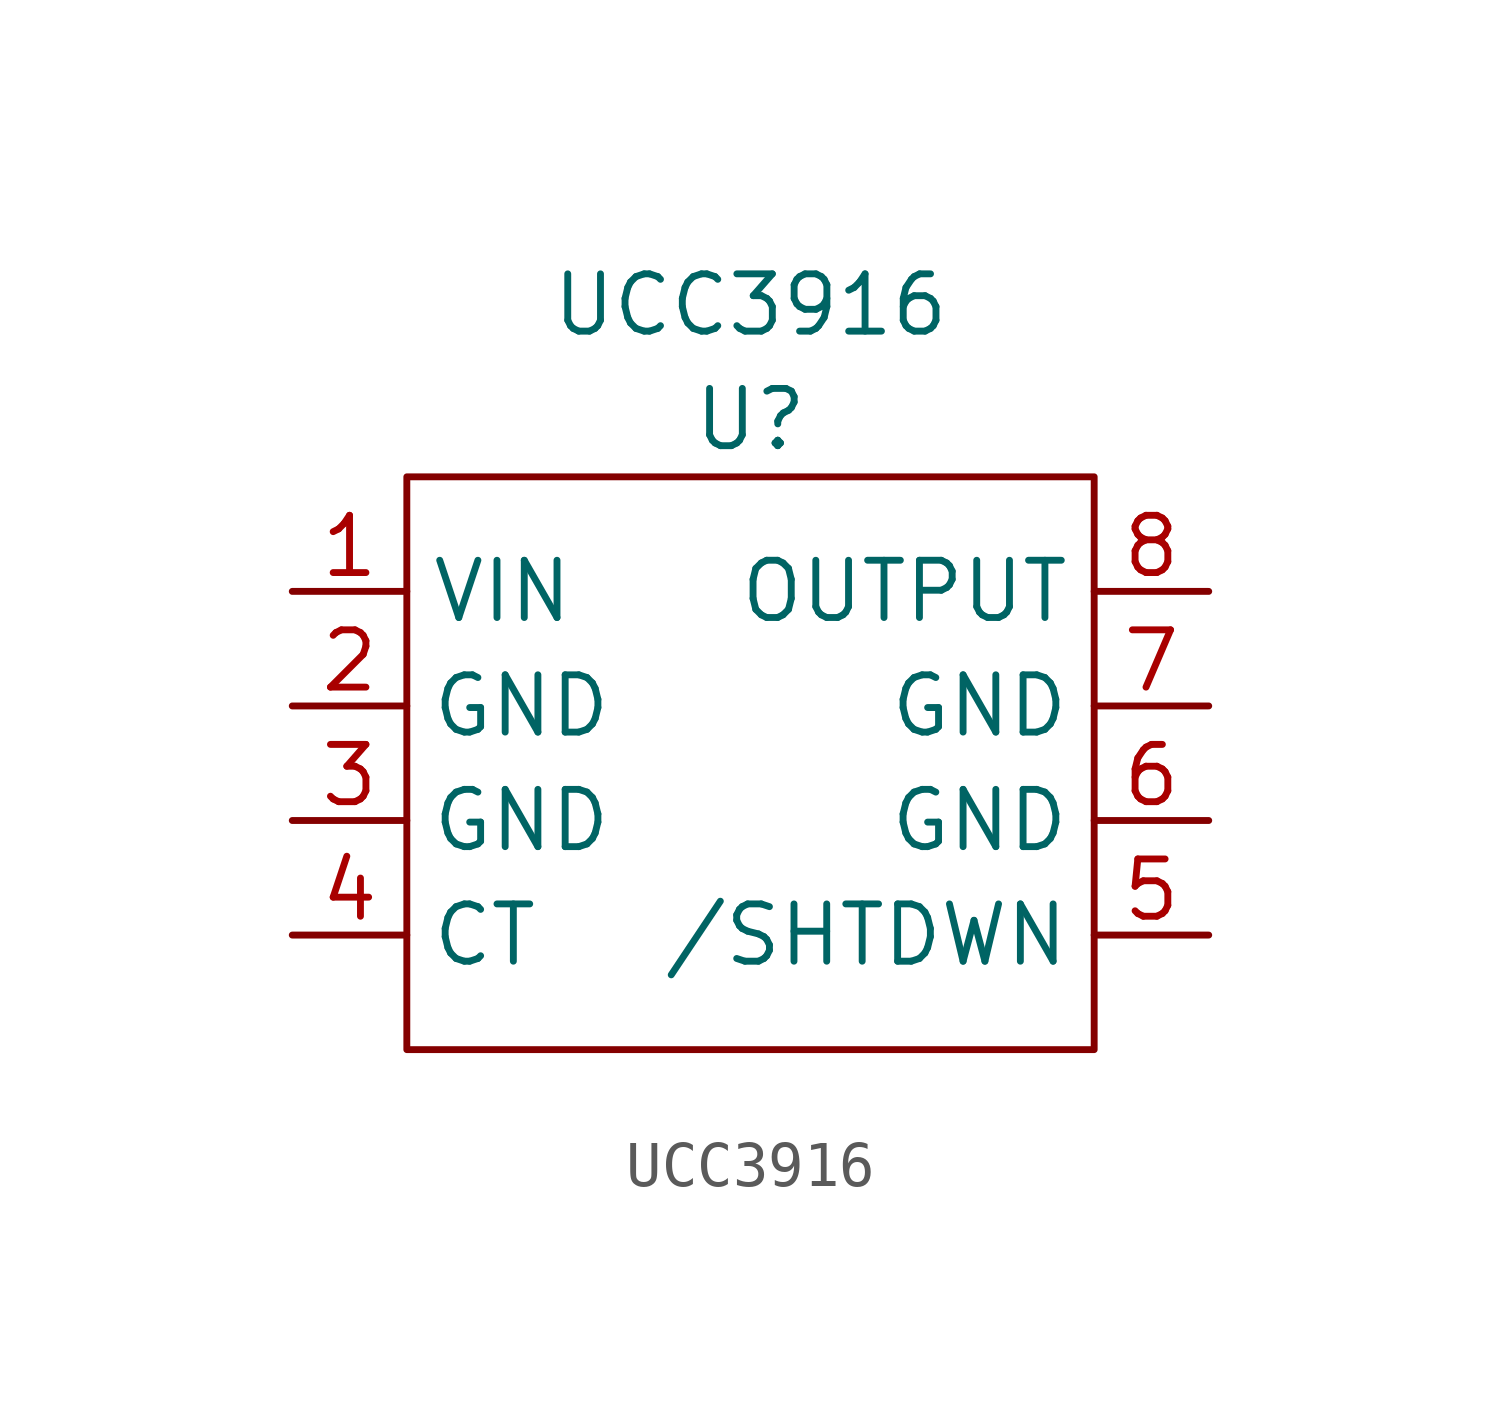
<source format=kicad_sym>
(kicad_symbol_lib
  (version 20211014)
  (generator kicad_symbol_editor)
  (symbol "UCC3916"
    (property "Reference" "U"
      (at 0 2.54 0)
      (effects (font (size 1.27 1.27))))
    (property "Value" "UCC3916"
      (at 0 5.08 0)
      (effects (font (size 1.27 1.27))))
    (symbol "UCC3916_0_1"
      (rectangle (start -7.62 1.27) (end 7.62 -11.43) (stroke (width 0) (type default) (color 0 0 0 0)) (fill (type none))))
    (symbol "UCC3916_1_1"
      (pin input line (at -10.16 -1.27 0) (length 2.54) (name "VIN" (effects (font (size 1.27 1.27)))) (number "1" (effects (font (size 1.27 1.27)))))
      (pin output line (at -10.16 -3.81 0) (length 2.54) (name "GND" (effects (font (size 1.27 1.27)))) (number "2" (effects (font (size 1.27 1.27)))))
      (pin output line (at -10.16 -6.35 0) (length 2.54) (name "GND" (effects (font (size 1.27 1.27)))) (number "3" (effects (font (size 1.27 1.27)))))
      (pin bidirectional line (at -10.16 -8.89 0) (length 2.54) (name "CT" (effects (font (size 1.27 1.27)))) (number "4" (effects (font (size 1.27 1.27)))))
      (pin input line (at 10.16 -8.89 180) (length 2.54) (name "/SHTDWN" (effects (font (size 1.27 1.27)))) (number "5" (effects (font (size 1.27 1.27)))))
      (pin output line (at 10.16 -6.35 180) (length 2.54) (name "GND" (effects (font (size 1.27 1.27)))) (number "6" (effects (font (size 1.27 1.27)))))
      (pin output line (at 10.16 -3.81 180) (length 2.54) (name "GND" (effects (font (size 1.27 1.27)))) (number "7" (effects (font (size 1.27 1.27)))))
      (pin output line (at 10.16 -1.27 180) (length 2.54) (name "OUTPUT" (effects (font (size 1.27 1.27)))) (number "8" (effects (font (size 1.27 1.27))))))))
</source>
